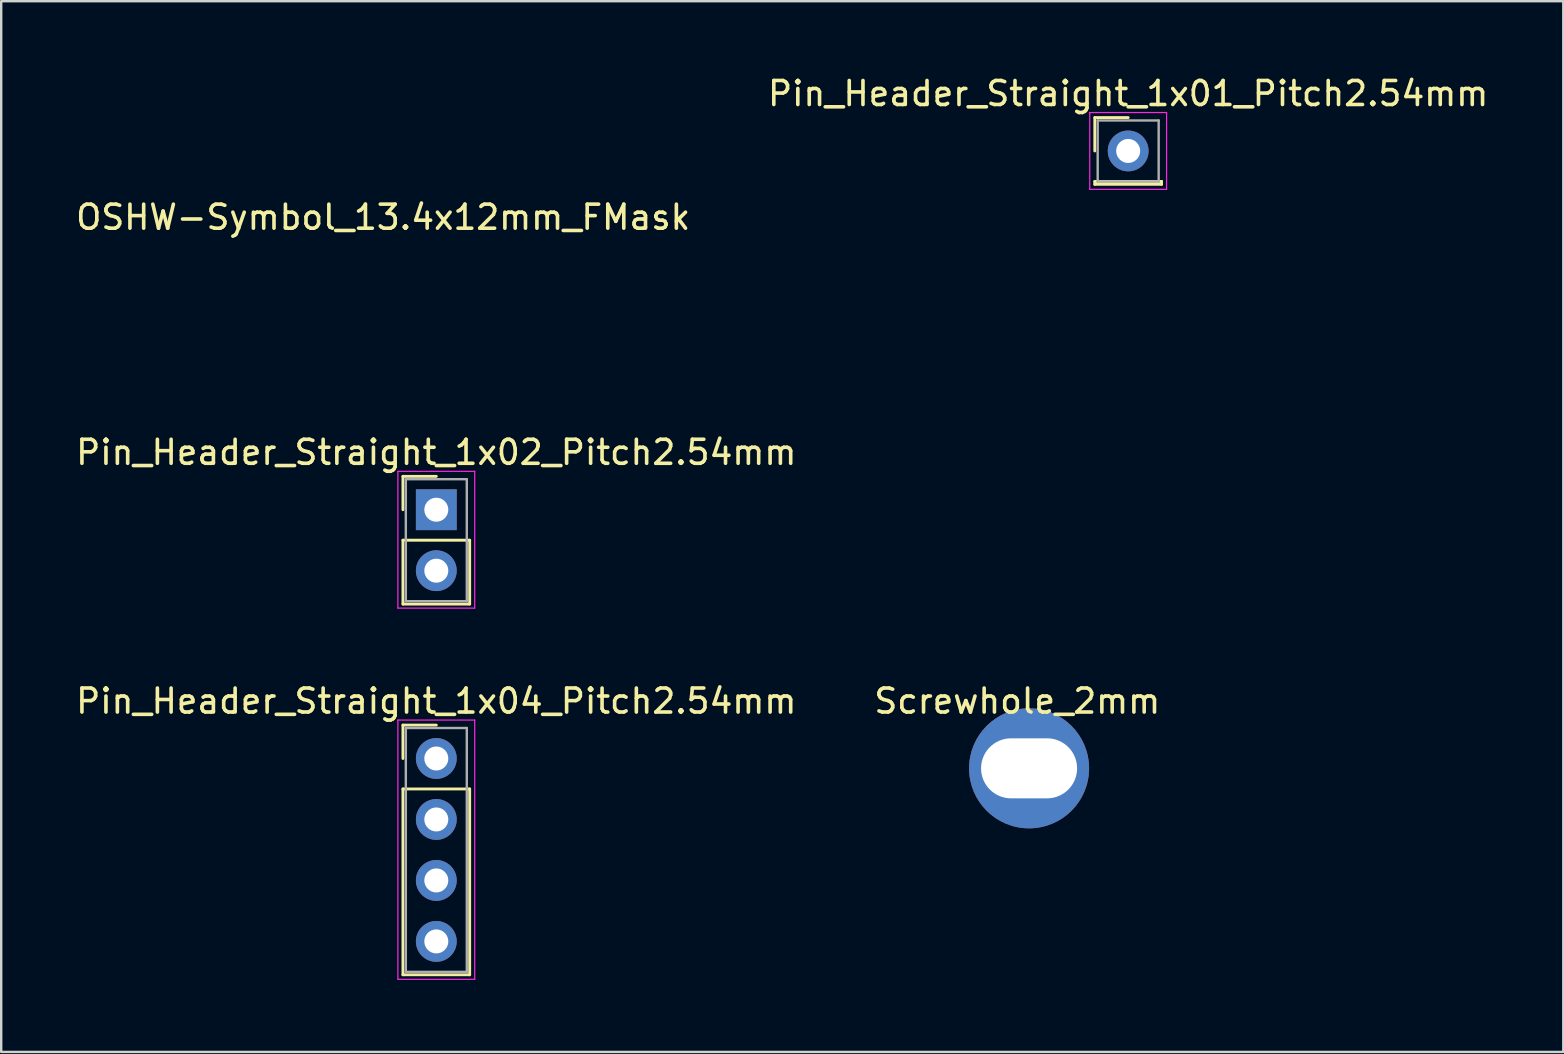
<source format=kicad_pcb>
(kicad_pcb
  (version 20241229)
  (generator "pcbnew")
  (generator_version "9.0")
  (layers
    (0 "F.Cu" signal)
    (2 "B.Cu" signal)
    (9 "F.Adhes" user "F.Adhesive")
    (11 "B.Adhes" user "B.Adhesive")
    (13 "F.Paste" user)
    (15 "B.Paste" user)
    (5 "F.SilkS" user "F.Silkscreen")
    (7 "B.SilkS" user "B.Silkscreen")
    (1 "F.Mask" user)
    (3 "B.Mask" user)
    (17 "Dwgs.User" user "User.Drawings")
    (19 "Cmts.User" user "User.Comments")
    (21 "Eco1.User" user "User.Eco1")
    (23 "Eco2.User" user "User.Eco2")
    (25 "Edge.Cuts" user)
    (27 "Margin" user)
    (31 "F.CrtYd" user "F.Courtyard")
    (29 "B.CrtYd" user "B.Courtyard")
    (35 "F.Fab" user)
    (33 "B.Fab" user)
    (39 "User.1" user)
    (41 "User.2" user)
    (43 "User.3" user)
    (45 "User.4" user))
  (footprint "OSHW-Symbol_13.4x12mm_FMask"
    (layer "F.Cu")
    (at 12.911 6)
    (property "Reference" "OSHW-Symbol_13.4x12mm_FMask" (at 0 0 0) (layer "F.SilkS") (effects (font (size 1 1) (thickness 0.15))))
    (attr exclude_from_pos_files exclude_from_bom)
    (fp_poly (pts (xy 1.12 -5.099) (xy 1.289 -4.204) (xy 1.912 -3.947) (xy 2.535 -3.69) (xy 3.282 -4.198) (xy 3.492 -4.34) (xy 3.681 -4.466) (xy 3.841 -4.571) (xy 3.964 -4.65) (xy 4.04 -4.696) (xy 4.06 -4.706) (xy 4.098 -4.681) (xy 4.177 -4.61) (xy 4.29 -4.503) (xy 4.428 -4.368) (xy 4.581 -4.216) (xy 4.741 -4.055) (xy 4.898 -3.893) (xy 5.045 -3.741) (xy 5.171 -3.607) (xy 5.268 -3.5) (xy 5.327 -3.429) (xy 5.341 -3.406) (xy 5.321 -3.362) (xy 5.264 -3.267) (xy 5.176 -3.128) (xy 5.063 -2.957) (xy 4.932 -2.762) (xy 4.856 -2.651) (xy 4.717 -2.447) (xy 4.594 -2.264) (xy 4.492 -2.109) (xy 4.418 -1.993) (xy 4.376 -1.924) (xy 4.37 -1.909) (xy 4.384 -1.868) (xy 4.422 -1.772) (xy 4.479 -1.634) (xy 4.548 -1.469) (xy 4.624 -1.289) (xy 4.701 -1.108) (xy 4.774 -0.94) (xy 4.836 -0.798) (xy 4.882 -0.696) (xy 4.906 -0.648) (xy 4.907 -0.646) (xy 4.945 -0.637) (xy 5.046 -0.616) (xy 5.2 -0.586) (xy 5.395 -0.548) (xy 5.622 -0.505) (xy 5.755 -0.481) (xy 5.998 -0.434) (xy 6.217 -0.39) (xy 6.402 -0.351) (xy 6.541 -0.319) (xy 6.623 -0.296) (xy 6.639 -0.289) (xy 6.656 -0.24) (xy 6.669 -0.129) (xy 6.679 0.03) (xy 6.686 0.226) (xy 6.689 0.444) (xy 6.69 0.672) (xy 6.687 0.897) (xy 6.682 1.106) (xy 6.673 1.286) (xy 6.662 1.424) (xy 6.647 1.507) (xy 6.638 1.525) (xy 6.586 1.546) (xy 6.474 1.575) (xy 6.318 1.61) (xy 6.133 1.648) (xy 6.069 1.66) (xy 5.757 1.717) (xy 5.511 1.763) (xy 5.322 1.799) (xy 5.183 1.829) (xy 5.084 1.852) (xy 5.018 1.872) (xy 4.978 1.89) (xy 4.953 1.907) (xy 4.95 1.911) (xy 4.916 1.967) (xy 4.865 2.077) (xy 4.801 2.226) (xy 4.729 2.401) (xy 4.655 2.59) (xy 4.584 2.778) (xy 4.521 2.953) (xy 4.471 3.1) (xy 4.439 3.207) (xy 4.431 3.259) (xy 4.432 3.261) (xy 4.46 3.304) (xy 4.524 3.399) (xy 4.616 3.535) (xy 4.732 3.704) (xy 4.862 3.894) (xy 4.899 3.949) (xy 5.032 4.145) (xy 5.149 4.324) (xy 5.243 4.475) (xy 5.309 4.589) (xy 5.34 4.655) (xy 5.341 4.663) (xy 5.316 4.706) (xy 5.244 4.79) (xy 5.136 4.907) (xy 5.001 5.047) (xy 4.848 5.202) (xy 4.685 5.363) (xy 4.524 5.519) (xy 4.371 5.664) (xy 4.238 5.786) (xy 4.132 5.878) (xy 4.064 5.931) (xy 4.045 5.939) (xy 4 5.919) (xy 3.91 5.865) (xy 3.788 5.786) (xy 3.695 5.722) (xy 3.525 5.605) (xy 3.324 5.467) (xy 3.122 5.33) (xy 3.013 5.257) (xy 2.646 5.008) (xy 2.338 5.175) (xy 2.197 5.248) (xy 2.078 5.305) (xy 1.997 5.337) (xy 1.977 5.341) (xy 1.952 5.308) (xy 1.903 5.214) (xy 1.834 5.068) (xy 1.748 4.879) (xy 1.649 4.655) (xy 1.54 4.405) (xy 1.426 4.137) (xy 1.309 3.861) (xy 1.194 3.585) (xy 1.084 3.317) (xy 0.982 3.067) (xy 0.893 2.842) (xy 0.82 2.652) (xy 0.767 2.506) (xy 0.737 2.411) (xy 0.732 2.379) (xy 0.77 2.338) (xy 0.854 2.27) (xy 0.966 2.191) (xy 0.976 2.185) (xy 1.266 1.953) (xy 1.5 1.682) (xy 1.675 1.382) (xy 1.79 1.06) (xy 1.844 0.725) (xy 1.833 0.386) (xy 1.755 0.052) (xy 1.61 -0.269) (xy 1.567 -0.34) (xy 1.344 -0.623) (xy 1.08 -0.851) (xy 0.786 -1.021) (xy 0.469 -1.134) (xy 0.139 -1.187) (xy -0.195 -1.179) (xy -0.523 -1.11) (xy -0.838 -0.978) (xy -1.129 -0.781) (xy -1.219 -0.701) (xy -1.448 -0.452) (xy -1.615 -0.189) (xy -1.73 0.105) (xy -1.794 0.397) (xy -1.809 0.725) (xy -1.757 1.055) (xy -1.641 1.375) (xy -1.468 1.674) (xy -1.243 1.942) (xy -0.971 2.166) (xy -0.935 2.19) (xy -0.822 2.268) (xy -0.736 2.335) (xy -0.694 2.378) (xy -0.694 2.379) (xy -0.703 2.425) (xy -0.738 2.531) (xy -0.795 2.686) (xy -0.872 2.884) (xy -0.964 3.114) (xy -1.067 3.368) (xy -1.179 3.638) (xy -1.295 3.915) (xy -1.411 4.19) (xy -1.525 4.455) (xy -1.632 4.701) (xy -1.729 4.919) (xy -1.812 5.1) (xy -1.877 5.237) (xy -1.921 5.32) (xy -1.939 5.341) (xy -1.994 5.325) (xy -2.096 5.279) (xy -2.228 5.213) (xy -2.3 5.175) (xy -2.609 5.008) (xy -2.976 5.257) (xy -3.163 5.384) (xy -3.369 5.524) (xy -3.561 5.656) (xy -3.657 5.722) (xy -3.793 5.813) (xy -3.907 5.885) (xy -3.986 5.929) (xy -4.012 5.938) (xy -4.049 5.913) (xy -4.132 5.843) (xy -4.252 5.735) (xy -4.401 5.597) (xy -4.572 5.435) (xy -4.68 5.331) (xy -4.868 5.146) (xy -5.031 4.98) (xy -5.162 4.841) (xy -5.254 4.736) (xy -5.301 4.671) (xy -5.305 4.658) (xy -5.284 4.608) (xy -5.227 4.508) (xy -5.139 4.366) (xy -5.028 4.194) (xy -4.899 4.002) (xy -4.862 3.949) (xy -4.728 3.754) (xy -4.608 3.578) (xy -4.509 3.432) (xy -4.437 3.325) (xy -4.398 3.267) (xy -4.394 3.261) (xy -4.4 3.215) (xy -4.429 3.113) (xy -4.478 2.97) (xy -4.54 2.798) (xy -4.61 2.61) (xy -4.684 2.421) (xy -4.756 2.243) (xy -4.821 2.091) (xy -4.874 1.976) (xy -4.91 1.914) (xy -4.913 1.911) (xy -4.935 1.893) (xy -4.972 1.875) (xy -5.032 1.856) (xy -5.124 1.833) (xy -5.255 1.805) (xy -5.434 1.77) (xy -5.668 1.726) (xy -5.967 1.671) (xy -6.031 1.66) (xy -6.223 1.623) (xy -6.39 1.586) (xy -6.517 1.554) (xy -6.591 1.53) (xy -6.601 1.525) (xy -6.617 1.475) (xy -6.63 1.364) (xy -6.641 1.204) (xy -6.648 1.008) (xy -6.652 0.79) (xy -6.653 0.562) (xy -6.65 0.337) (xy -6.645 0.128) (xy -6.637 -0.052) (xy -6.625 -0.189) (xy -6.611 -0.272) (xy -6.602 -0.289) (xy -6.553 -0.306) (xy -6.442 -0.334) (xy -6.279 -0.37) (xy -6.076 -0.412) (xy -5.844 -0.457) (xy -5.718 -0.481) (xy -5.478 -0.526) (xy -5.264 -0.566) (xy -5.086 -0.601) (xy -4.955 -0.627) (xy -4.882 -0.642) (xy -4.87 -0.646) (xy -4.85 -0.685) (xy -4.806 -0.78) (xy -4.746 -0.917) (xy -4.675 -1.082) (xy -4.598 -1.262) (xy -4.522 -1.443) (xy -4.451 -1.611) (xy -4.392 -1.755) (xy -4.351 -1.858) (xy -4.333 -1.909) (xy -4.333 -1.911) (xy -4.353 -1.951) (xy -4.41 -2.043) (xy -4.498 -2.178) (xy -4.611 -2.347) (xy -4.742 -2.541) (xy -4.819 -2.652) (xy -4.958 -2.856) (xy -5.081 -3.041) (xy -5.183 -3.198) (xy -5.258 -3.317) (xy -5.298 -3.39) (xy -5.304 -3.406) (xy -5.279 -3.444) (xy -5.209 -3.525) (xy -5.103 -3.64) (xy -4.971 -3.779) (xy -4.821 -3.935) (xy -4.662 -4.097) (xy -4.503 -4.257) (xy -4.353 -4.405) (xy -4.221 -4.533) (xy -4.115 -4.632) (xy -4.046 -4.692) (xy -4.022 -4.706) (xy -3.984 -4.686) (xy -3.894 -4.63) (xy -3.759 -4.542) (xy -3.589 -4.43) (xy -3.393 -4.298) (xy -3.245 -4.198) (xy -2.498 -3.69) (xy -1.874 -3.947) (xy -1.251 -4.204) (xy -0.914 -5.995) (xy 0.951 -5.995) (xy 1.12 -5.099)) (stroke (width 0.01) (type solid)) (fill yes) (layer "F.Mask")))
  (footprint "Pin_Header_Straight_1x04_Pitch2.54mm"
    (layer "F.Cu")
    (at 15.125 28.546)
    (property "Reference" "Pin_Header_Straight_1x04_Pitch2.54mm" (at 0 -2.39 0) (layer "F.SilkS") (effects (font (size 1 1) (thickness 0.15))))
    (attr through_hole)
    (fp_line (start -1.39 -1.39) (end 0 -1.39) (stroke (width 0.12) (type solid)) (layer "F.SilkS"))
    (fp_line (start -1.39 0) (end -1.39 -1.39) (stroke (width 0.12) (type solid)) (layer "F.SilkS"))
    (fp_line (start -1.39 1.27) (end -1.39 9.01) (stroke (width 0.12) (type solid)) (layer "F.SilkS"))
    (fp_line (start -1.39 9.01) (end 1.39 9.01) (stroke (width 0.12) (type solid)) (layer "F.SilkS"))
    (fp_line (start 1.39 1.27) (end -1.39 1.27) (stroke (width 0.12) (type solid)) (layer "F.SilkS"))
    (fp_line (start 1.39 9.01) (end 1.39 1.27) (stroke (width 0.12) (type solid)) (layer "F.SilkS"))
    (fp_line (start -1.6 -1.6) (end -1.6 9.2) (stroke (width 0.05) (type solid)) (layer "F.CrtYd"))
    (fp_line (start -1.6 9.2) (end 1.6 9.2) (stroke (width 0.05) (type solid)) (layer "F.CrtYd"))
    (fp_line (start 1.6 -1.6) (end -1.6 -1.6) (stroke (width 0.05) (type solid)) (layer "F.CrtYd"))
    (fp_line (start 1.6 9.2) (end 1.6 -1.6) (stroke (width 0.05) (type solid)) (layer "F.CrtYd"))
    (fp_line (start -1.27 -1.27) (end -1.27 8.89) (stroke (width 0.1) (type solid)) (layer "F.Fab"))
    (fp_line (start -1.27 8.89) (end 1.27 8.89) (stroke (width 0.1) (type solid)) (layer "F.Fab"))
    (fp_line (start 1.27 -1.27) (end -1.27 -1.27) (stroke (width 0.1) (type solid)) (layer "F.Fab"))
    (fp_line (start 1.27 8.89) (end 1.27 -1.27) (stroke (width 0.1) (type solid)) (layer "F.Fab"))
    (pad "1" thru_hole circle (at 0 0) (size 1.7 1.7) (drill 1) (layers "*.Cu" "*.Mask"))
    (pad "2" thru_hole oval (at 0 2.54) (size 1.7 1.7) (drill 1) (layers "*.Cu" "*.Mask"))
    (pad "3" thru_hole oval (at 0 5.08) (size 1.7 1.7) (drill 1) (layers "*.Cu" "*.Mask"))
    (pad "4" thru_hole oval (at 0 7.62) (size 1.7 1.7) (drill 1) (layers "*.Cu" "*.Mask")))
  (footprint "Screwhole_2mm"
    (layer "F.Cu")
    (at 39.327 28.899)
    (property "Reference" "Screwhole_2mm" (at 0 -2.743 0) (layer "F.SilkS") (effects (font (size 1 1) (thickness 0.15))))
    (attr through_hole)
    (pad "0" thru_hole circle (at 0.491 0.057) (size 5 5) (drill oval 4 2.5) (layers "*.Cu" "*.Mask")))
  (footprint "Pin_Header_Straight_1x01_Pitch2.54mm"
    (layer "F.Cu")
    (at 43.946 3.238)
    (property "Reference" "Pin_Header_Straight_1x01_Pitch2.54mm" (at 0 -2.39 0) (layer "F.SilkS") (effects (font (size 1 1) (thickness 0.15))))
    (attr through_hole)
    (fp_line (start -1.39 -1.39) (end 0 -1.39) (stroke (width 0.12) (type solid)) (layer "F.SilkS"))
    (fp_line (start -1.39 0) (end -1.39 -1.39) (stroke (width 0.12) (type solid)) (layer "F.SilkS"))
    (fp_line (start -1.39 1.27) (end -1.39 1.39) (stroke (width 0.12) (type solid)) (layer "F.SilkS"))
    (fp_line (start -1.39 1.39) (end 1.39 1.39) (stroke (width 0.12) (type solid)) (layer "F.SilkS"))
    (fp_line (start 1.39 1.27) (end -1.39 1.27) (stroke (width 0.12) (type solid)) (layer "F.SilkS"))
    (fp_line (start 1.39 1.39) (end 1.39 1.27) (stroke (width 0.12) (type solid)) (layer "F.SilkS"))
    (fp_line (start -1.6 -1.6) (end -1.6 1.6) (stroke (width 0.05) (type solid)) (layer "F.CrtYd"))
    (fp_line (start -1.6 1.6) (end 1.6 1.6) (stroke (width 0.05) (type solid)) (layer "F.CrtYd"))
    (fp_line (start 1.6 -1.6) (end -1.6 -1.6) (stroke (width 0.05) (type solid)) (layer "F.CrtYd"))
    (fp_line (start 1.6 1.6) (end 1.6 -1.6) (stroke (width 0.05) (type solid)) (layer "F.CrtYd"))
    (fp_line (start -1.27 -1.27) (end -1.27 1.27) (stroke (width 0.1) (type solid)) (layer "F.Fab"))
    (fp_line (start -1.27 1.27) (end 1.27 1.27) (stroke (width 0.1) (type solid)) (layer "F.Fab"))
    (fp_line (start 1.27 -1.27) (end -1.27 -1.27) (stroke (width 0.1) (type solid)) (layer "F.Fab"))
    (fp_line (start 1.27 1.27) (end 1.27 -1.27) (stroke (width 0.1) (type solid)) (layer "F.Fab"))
    (pad "1" thru_hole circle (at 0 0) (size 1.7 1.7) (drill 1) (layers "*.Cu" "*.Mask")))
  (footprint "Pin_Header_Straight_1x02_Pitch2.54mm"
    (layer "F.Cu")
    (at 15.125 18.183)
    (property "Reference" "Pin_Header_Straight_1x02_Pitch2.54mm" (at 0 -2.39 0) (layer "F.SilkS") (effects (font (size 1 1) (thickness 0.15))))
    (attr through_hole)
    (fp_line (start -1.39 -1.39) (end 0 -1.39) (stroke (width 0.12) (type solid)) (layer "F.SilkS"))
    (fp_line (start -1.39 0) (end -1.39 -1.39) (stroke (width 0.12) (type solid)) (layer "F.SilkS"))
    (fp_line (start -1.39 1.27) (end -1.39 3.93) (stroke (width 0.12) (type solid)) (layer "F.SilkS"))
    (fp_line (start -1.39 3.93) (end 1.39 3.93) (stroke (width 0.12) (type solid)) (layer "F.SilkS"))
    (fp_line (start 1.39 1.27) (end -1.39 1.27) (stroke (width 0.12) (type solid)) (layer "F.SilkS"))
    (fp_line (start 1.39 3.93) (end 1.39 1.27) (stroke (width 0.12) (type solid)) (layer "F.SilkS"))
    (fp_line (start -1.6 -1.6) (end -1.6 4.1) (stroke (width 0.05) (type solid)) (layer "F.CrtYd"))
    (fp_line (start -1.6 4.1) (end 1.6 4.1) (stroke (width 0.05) (type solid)) (layer "F.CrtYd"))
    (fp_line (start 1.6 -1.6) (end -1.6 -1.6) (stroke (width 0.05) (type solid)) (layer "F.CrtYd"))
    (fp_line (start 1.6 4.1) (end 1.6 -1.6) (stroke (width 0.05) (type solid)) (layer "F.CrtYd"))
    (fp_line (start -1.27 -1.27) (end -1.27 3.81) (stroke (width 0.1) (type solid)) (layer "F.Fab"))
    (fp_line (start -1.27 3.81) (end 1.27 3.81) (stroke (width 0.1) (type solid)) (layer "F.Fab"))
    (fp_line (start 1.27 -1.27) (end -1.27 -1.27) (stroke (width 0.1) (type solid)) (layer "F.Fab"))
    (fp_line (start 1.27 3.81) (end 1.27 -1.27) (stroke (width 0.1) (type solid)) (layer "F.Fab"))
    (pad "1" thru_hole rect (at 0 0) (size 1.7 1.7) (drill 1) (layers "*.Cu" "*.Mask"))
    (pad "2" thru_hole oval (at 0 2.54) (size 1.7 1.7) (drill 1) (layers "*.Cu" "*.Mask")))
  (gr_rect
    (start -3 -3)
    (end 62.071 40.771)
    (stroke (width 0.1) (type default))
    (fill no)
    (layer "Edge.Cuts")))
</source>
